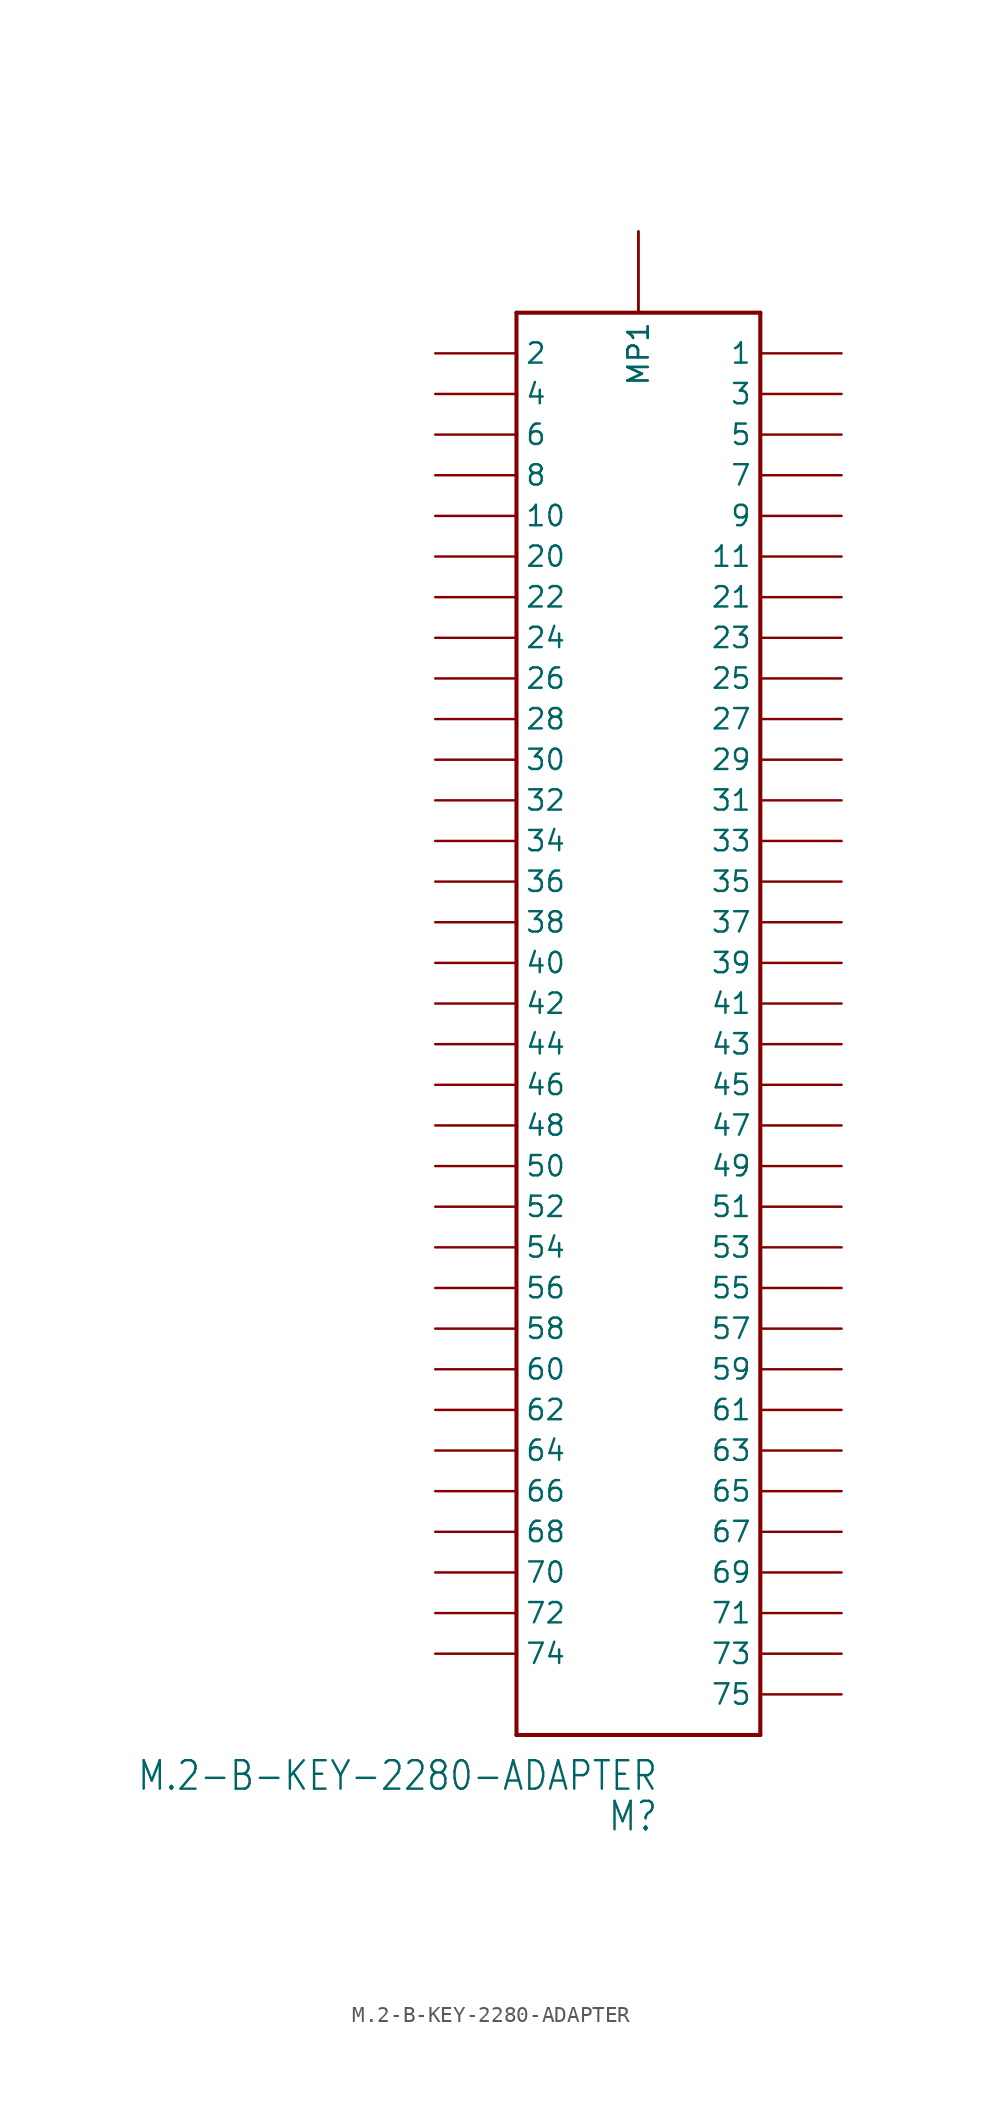
<source format=kicad_sym>
(kicad_symbol_lib
  (version 20231120)
  (generator "kicad_symbol_editor")
  (generator_version "8.0")
  (symbol "M.2-B-KEY-2280-ADAPTER"
    (property "Reference" "M"
      (at 8.89 -5.08 0)
      (effects (font (size 1.778 1.511)) (justify right)))
    (property "Value" "M.2-B-KEY-2280-ADAPTER"
      (at 8.89 -2.54 0)
      (effects (font (size 1.778 1.511)) (justify right)))
    (symbol "M.2-B-KEY-2280-ADAPTER_1_0"
      (polyline (pts (xy 0 0) (xy 0 88.9)) (stroke (width 0.254) (type default)) (fill (type none)))
      (polyline (pts (xy 0 0) (xy 15.24 0)) (stroke (width 0.254) (type default)) (fill (type none)))
      (polyline (pts (xy 15.24 88.9) (xy 0 88.9)) (stroke (width 0.254) (type default)) (fill (type none)))
      (polyline (pts (xy 15.24 88.9) (xy 15.24 0)) (stroke (width 0.254) (type default)) (fill (type none)))
      (pin bidirectional line (at 7.62 93.98 270) (length 5.08) (name "MP1" (effects (font (size 1.27 1.27)))) (number "MOUNTING-HOLE" (effects (font (size 0 0)))))
      (pin bidirectional line (at 7.62 93.98 270) (length 5.08) (name "MP1" (effects (font (size 1.27 1.27)))) (number "MOUNTING-HOLE2" (effects (font (size 0 0)))))
      (pin bidirectional line (at 20.32 86.36 180) (length 5.08) (name "1" (effects (font (size 1.27 1.27)))) (number "P$1" (effects (font (size 0 0)))))
      (pin bidirectional line (at -5.08 76.2 0) (length 5.08) (name "10" (effects (font (size 1.27 1.27)))) (number "P$10" (effects (font (size 0 0)))))
      (pin bidirectional line (at 20.32 73.66 180) (length 5.08) (name "11" (effects (font (size 1.27 1.27)))) (number "P$11" (effects (font (size 0 0)))))
      (pin bidirectional line (at -5.08 86.36 0) (length 5.08) (name "2" (effects (font (size 1.27 1.27)))) (number "P$2" (effects (font (size 0 0)))))
      (pin bidirectional line (at -5.08 73.66 0) (length 5.08) (name "20" (effects (font (size 1.27 1.27)))) (number "P$20" (effects (font (size 0 0)))))
      (pin bidirectional line (at 20.32 71.12 180) (length 5.08) (name "21" (effects (font (size 1.27 1.27)))) (number "P$21" (effects (font (size 0 0)))))
      (pin bidirectional line (at -5.08 71.12 0) (length 5.08) (name "22" (effects (font (size 1.27 1.27)))) (number "P$22" (effects (font (size 0 0)))))
      (pin bidirectional line (at 20.32 68.58 180) (length 5.08) (name "23" (effects (font (size 1.27 1.27)))) (number "P$23" (effects (font (size 0 0)))))
      (pin bidirectional line (at -5.08 68.58 0) (length 5.08) (name "24" (effects (font (size 1.27 1.27)))) (number "P$24" (effects (font (size 0 0)))))
      (pin bidirectional line (at 20.32 66.04 180) (length 5.08) (name "25" (effects (font (size 1.27 1.27)))) (number "P$25" (effects (font (size 0 0)))))
      (pin bidirectional line (at -5.08 66.04 0) (length 5.08) (name "26" (effects (font (size 1.27 1.27)))) (number "P$26" (effects (font (size 0 0)))))
      (pin bidirectional line (at 20.32 63.5 180) (length 5.08) (name "27" (effects (font (size 1.27 1.27)))) (number "P$27" (effects (font (size 0 0)))))
      (pin bidirectional line (at -5.08 63.5 0) (length 5.08) (name "28" (effects (font (size 1.27 1.27)))) (number "P$28" (effects (font (size 0 0)))))
      (pin bidirectional line (at 20.32 60.96 180) (length 5.08) (name "29" (effects (font (size 1.27 1.27)))) (number "P$29" (effects (font (size 0 0)))))
      (pin bidirectional line (at 20.32 83.82 180) (length 5.08) (name "3" (effects (font (size 1.27 1.27)))) (number "P$3" (effects (font (size 0 0)))))
      (pin bidirectional line (at -5.08 60.96 0) (length 5.08) (name "30" (effects (font (size 1.27 1.27)))) (number "P$30" (effects (font (size 0 0)))))
      (pin bidirectional line (at 20.32 58.42 180) (length 5.08) (name "31" (effects (font (size 1.27 1.27)))) (number "P$31" (effects (font (size 0 0)))))
      (pin bidirectional line (at -5.08 58.42 0) (length 5.08) (name "32" (effects (font (size 1.27 1.27)))) (number "P$32" (effects (font (size 0 0)))))
      (pin bidirectional line (at 20.32 55.88 180) (length 5.08) (name "33" (effects (font (size 1.27 1.27)))) (number "P$33" (effects (font (size 0 0)))))
      (pin bidirectional line (at -5.08 55.88 0) (length 5.08) (name "34" (effects (font (size 1.27 1.27)))) (number "P$34" (effects (font (size 0 0)))))
      (pin bidirectional line (at 20.32 53.34 180) (length 5.08) (name "35" (effects (font (size 1.27 1.27)))) (number "P$35" (effects (font (size 0 0)))))
      (pin bidirectional line (at -5.08 53.34 0) (length 5.08) (name "36" (effects (font (size 1.27 1.27)))) (number "P$36" (effects (font (size 0 0)))))
      (pin bidirectional line (at 20.32 50.8 180) (length 5.08) (name "37" (effects (font (size 1.27 1.27)))) (number "P$37" (effects (font (size 0 0)))))
      (pin bidirectional line (at -5.08 50.8 0) (length 5.08) (name "38" (effects (font (size 1.27 1.27)))) (number "P$38" (effects (font (size 0 0)))))
      (pin bidirectional line (at 20.32 48.26 180) (length 5.08) (name "39" (effects (font (size 1.27 1.27)))) (number "P$39" (effects (font (size 0 0)))))
      (pin bidirectional line (at -5.08 83.82 0) (length 5.08) (name "4" (effects (font (size 1.27 1.27)))) (number "P$4" (effects (font (size 0 0)))))
      (pin bidirectional line (at -5.08 48.26 0) (length 5.08) (name "40" (effects (font (size 1.27 1.27)))) (number "P$40" (effects (font (size 0 0)))))
      (pin bidirectional line (at 20.32 45.72 180) (length 5.08) (name "41" (effects (font (size 1.27 1.27)))) (number "P$41" (effects (font (size 0 0)))))
      (pin bidirectional line (at -5.08 45.72 0) (length 5.08) (name "42" (effects (font (size 1.27 1.27)))) (number "P$42" (effects (font (size 0 0)))))
      (pin bidirectional line (at 20.32 43.18 180) (length 5.08) (name "43" (effects (font (size 1.27 1.27)))) (number "P$43" (effects (font (size 0 0)))))
      (pin bidirectional line (at -5.08 43.18 0) (length 5.08) (name "44" (effects (font (size 1.27 1.27)))) (number "P$44" (effects (font (size 0 0)))))
      (pin bidirectional line (at 20.32 40.64 180) (length 5.08) (name "45" (effects (font (size 1.27 1.27)))) (number "P$45" (effects (font (size 0 0)))))
      (pin bidirectional line (at -5.08 40.64 0) (length 5.08) (name "46" (effects (font (size 1.27 1.27)))) (number "P$46" (effects (font (size 0 0)))))
      (pin bidirectional line (at 20.32 38.1 180) (length 5.08) (name "47" (effects (font (size 1.27 1.27)))) (number "P$47" (effects (font (size 0 0)))))
      (pin bidirectional line (at -5.08 38.1 0) (length 5.08) (name "48" (effects (font (size 1.27 1.27)))) (number "P$48" (effects (font (size 0 0)))))
      (pin bidirectional line (at 20.32 35.56 180) (length 5.08) (name "49" (effects (font (size 1.27 1.27)))) (number "P$49" (effects (font (size 0 0)))))
      (pin bidirectional line (at 20.32 81.28 180) (length 5.08) (name "5" (effects (font (size 1.27 1.27)))) (number "P$5" (effects (font (size 0 0)))))
      (pin bidirectional line (at -5.08 35.56 0) (length 5.08) (name "50" (effects (font (size 1.27 1.27)))) (number "P$50" (effects (font (size 0 0)))))
      (pin bidirectional line (at 20.32 33.02 180) (length 5.08) (name "51" (effects (font (size 1.27 1.27)))) (number "P$51" (effects (font (size 0 0)))))
      (pin bidirectional line (at -5.08 33.02 0) (length 5.08) (name "52" (effects (font (size 1.27 1.27)))) (number "P$52" (effects (font (size 0 0)))))
      (pin bidirectional line (at 20.32 30.48 180) (length 5.08) (name "53" (effects (font (size 1.27 1.27)))) (number "P$53" (effects (font (size 0 0)))))
      (pin bidirectional line (at -5.08 30.48 0) (length 5.08) (name "54" (effects (font (size 1.27 1.27)))) (number "P$54" (effects (font (size 0 0)))))
      (pin bidirectional line (at 20.32 27.94 180) (length 5.08) (name "55" (effects (font (size 1.27 1.27)))) (number "P$55" (effects (font (size 0 0)))))
      (pin bidirectional line (at -5.08 27.94 0) (length 5.08) (name "56" (effects (font (size 1.27 1.27)))) (number "P$56" (effects (font (size 0 0)))))
      (pin bidirectional line (at 20.32 25.4 180) (length 5.08) (name "57" (effects (font (size 1.27 1.27)))) (number "P$57" (effects (font (size 0 0)))))
      (pin bidirectional line (at -5.08 25.4 0) (length 5.08) (name "58" (effects (font (size 1.27 1.27)))) (number "P$58" (effects (font (size 0 0)))))
      (pin bidirectional line (at 20.32 22.86 180) (length 5.08) (name "59" (effects (font (size 1.27 1.27)))) (number "P$59" (effects (font (size 0 0)))))
      (pin bidirectional line (at -5.08 81.28 0) (length 5.08) (name "6" (effects (font (size 1.27 1.27)))) (number "P$6" (effects (font (size 0 0)))))
      (pin bidirectional line (at -5.08 22.86 0) (length 5.08) (name "60" (effects (font (size 1.27 1.27)))) (number "P$60" (effects (font (size 0 0)))))
      (pin bidirectional line (at 20.32 20.32 180) (length 5.08) (name "61" (effects (font (size 1.27 1.27)))) (number "P$61" (effects (font (size 0 0)))))
      (pin bidirectional line (at -5.08 20.32 0) (length 5.08) (name "62" (effects (font (size 1.27 1.27)))) (number "P$62" (effects (font (size 0 0)))))
      (pin bidirectional line (at 20.32 17.78 180) (length 5.08) (name "63" (effects (font (size 1.27 1.27)))) (number "P$63" (effects (font (size 0 0)))))
      (pin bidirectional line (at -5.08 17.78 0) (length 5.08) (name "64" (effects (font (size 1.27 1.27)))) (number "P$64" (effects (font (size 0 0)))))
      (pin bidirectional line (at 20.32 15.24 180) (length 5.08) (name "65" (effects (font (size 1.27 1.27)))) (number "P$65" (effects (font (size 0 0)))))
      (pin bidirectional line (at -5.08 15.24 0) (length 5.08) (name "66" (effects (font (size 1.27 1.27)))) (number "P$66" (effects (font (size 0 0)))))
      (pin bidirectional line (at 20.32 12.7 180) (length 5.08) (name "67" (effects (font (size 1.27 1.27)))) (number "P$67" (effects (font (size 0 0)))))
      (pin bidirectional line (at -5.08 12.7 0) (length 5.08) (name "68" (effects (font (size 1.27 1.27)))) (number "P$68" (effects (font (size 0 0)))))
      (pin bidirectional line (at 20.32 10.16 180) (length 5.08) (name "69" (effects (font (size 1.27 1.27)))) (number "P$69" (effects (font (size 0 0)))))
      (pin bidirectional line (at 20.32 78.74 180) (length 5.08) (name "7" (effects (font (size 1.27 1.27)))) (number "P$7" (effects (font (size 0 0)))))
      (pin bidirectional line (at -5.08 10.16 0) (length 5.08) (name "70" (effects (font (size 1.27 1.27)))) (number "P$70" (effects (font (size 0 0)))))
      (pin bidirectional line (at 20.32 7.62 180) (length 5.08) (name "71" (effects (font (size 1.27 1.27)))) (number "P$71" (effects (font (size 0 0)))))
      (pin bidirectional line (at -5.08 7.62 0) (length 5.08) (name "72" (effects (font (size 1.27 1.27)))) (number "P$72" (effects (font (size 0 0)))))
      (pin bidirectional line (at 20.32 5.08 180) (length 5.08) (name "73" (effects (font (size 1.27 1.27)))) (number "P$73" (effects (font (size 0 0)))))
      (pin bidirectional line (at -5.08 5.08 0) (length 5.08) (name "74" (effects (font (size 1.27 1.27)))) (number "P$74" (effects (font (size 0 0)))))
      (pin bidirectional line (at 20.32 2.54 180) (length 5.08) (name "75" (effects (font (size 1.27 1.27)))) (number "P$75" (effects (font (size 0 0)))))
      (pin bidirectional line (at -5.08 78.74 0) (length 5.08) (name "8" (effects (font (size 1.27 1.27)))) (number "P$8" (effects (font (size 0 0)))))
      (pin bidirectional line (at 20.32 76.2 180) (length 5.08) (name "9" (effects (font (size 1.27 1.27)))) (number "P$9" (effects (font (size 0 0))))))))
</source>
